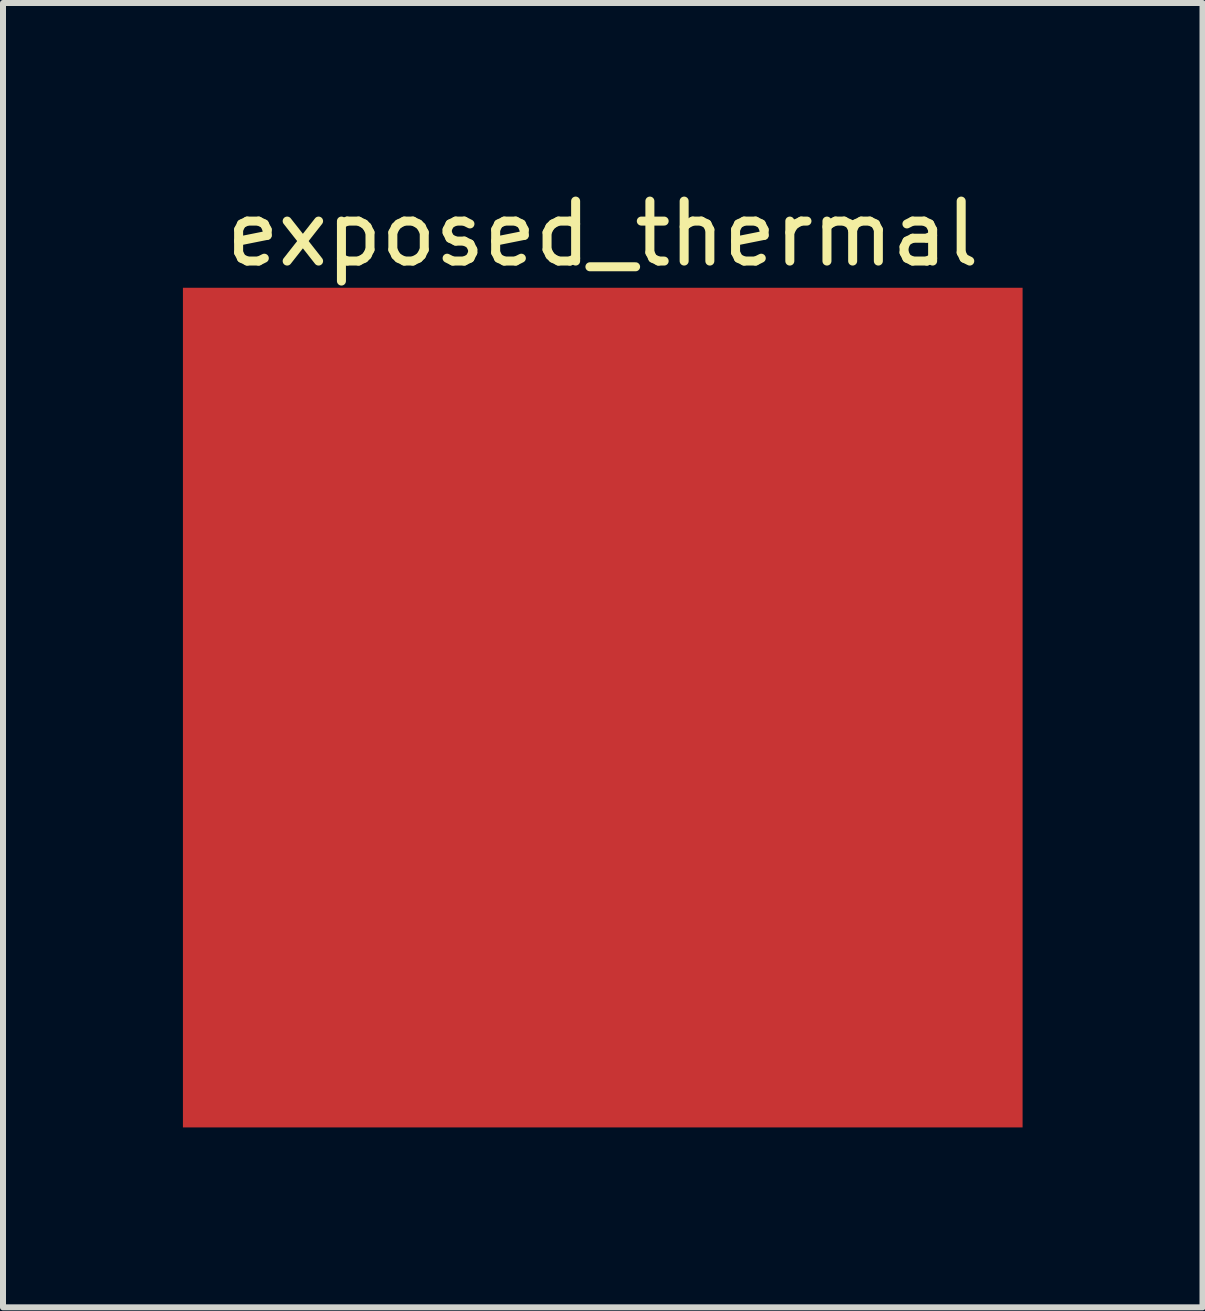
<source format=kicad_pcb>
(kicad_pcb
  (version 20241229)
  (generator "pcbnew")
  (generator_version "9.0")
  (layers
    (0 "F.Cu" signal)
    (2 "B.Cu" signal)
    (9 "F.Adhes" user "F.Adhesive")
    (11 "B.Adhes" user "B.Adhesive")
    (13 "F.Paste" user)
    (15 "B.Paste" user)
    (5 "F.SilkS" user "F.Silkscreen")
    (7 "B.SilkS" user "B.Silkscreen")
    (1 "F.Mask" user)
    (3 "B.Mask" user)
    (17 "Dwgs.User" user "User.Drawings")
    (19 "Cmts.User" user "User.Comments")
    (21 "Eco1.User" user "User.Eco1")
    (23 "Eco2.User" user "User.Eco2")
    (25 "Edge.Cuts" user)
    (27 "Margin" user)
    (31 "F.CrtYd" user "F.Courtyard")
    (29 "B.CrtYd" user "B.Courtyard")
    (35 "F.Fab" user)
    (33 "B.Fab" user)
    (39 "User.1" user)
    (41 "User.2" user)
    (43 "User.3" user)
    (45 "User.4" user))
  (footprint "exposed_thermal"
    (layer "F.Cu")
    (at 7 8.748)
    (property "Reference" "exposed_thermal" (at 0 -7.9 0) (layer "F.SilkS") (effects (font (size 1 1) (thickness 0.15))))
    (attr through_hole)
    (pad "1" smd rect (at 0 0) (size 14 14) (layers "F.Cu" "F.Mask")))
  (gr_rect
    (start -3 -3)
    (end 17 18.748)
    (stroke (width 0.1) (type default))
    (fill no)
    (layer "Edge.Cuts")))
</source>
